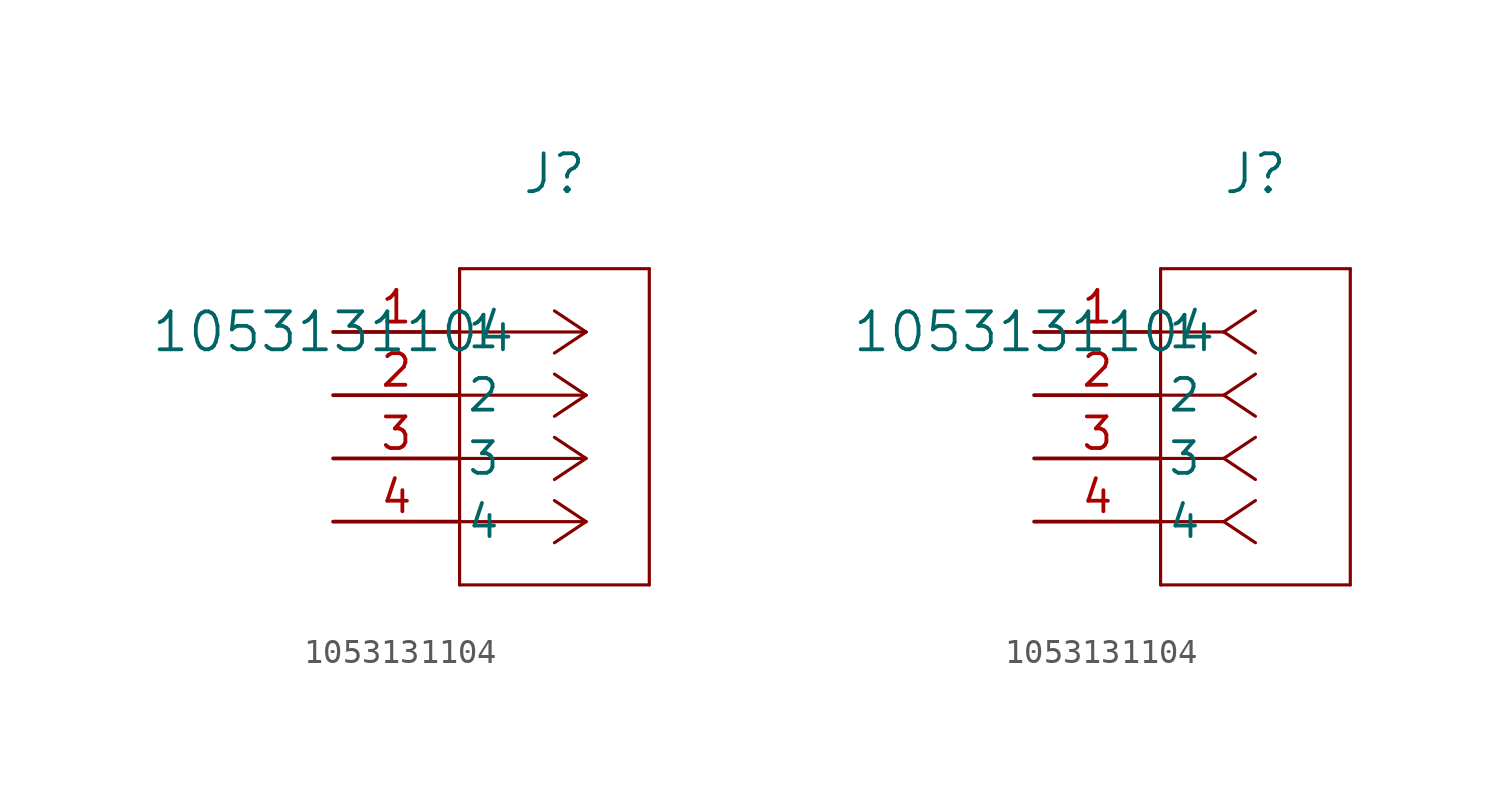
<source format=kicad_sym>
(kicad_symbol_lib
  (version 20211014)
  (generator kicad_symbol_editor)
  (symbol "1053131104"
    (pin_names
      (offset 0.254))
    (property "Reference" "J"
      (at 8.89 6.35 0)
      (effects (font (size 1.524 1.524))))
    (property "Value" "1053131104"
      (at 0 0 0)
      (effects (font (size 1.524 1.524))))
    (symbol "1053131104_1_1"
      (polyline (pts (xy 10.16 0) (xy 5.08 0)) (stroke (width 0.127) (type default) (color 0 0 0 0)) (fill (type none)))
      (polyline (pts (xy 10.16 -2.54) (xy 5.08 -2.54)) (stroke (width 0.127) (type default) (color 0 0 0 0)) (fill (type none)))
      (polyline (pts (xy 10.16 -5.08) (xy 5.08 -5.08)) (stroke (width 0.127) (type default) (color 0 0 0 0)) (fill (type none)))
      (polyline (pts (xy 10.16 -7.62) (xy 5.08 -7.62)) (stroke (width 0.127) (type default) (color 0 0 0 0)) (fill (type none)))
      (polyline (pts (xy 10.16 0) (xy 8.89 0.847)) (stroke (width 0.127) (type default) (color 0 0 0 0)) (fill (type none)))
      (polyline (pts (xy 10.16 -2.54) (xy 8.89 -1.693)) (stroke (width 0.127) (type default) (color 0 0 0 0)) (fill (type none)))
      (polyline (pts (xy 10.16 -5.08) (xy 8.89 -4.233)) (stroke (width 0.127) (type default) (color 0 0 0 0)) (fill (type none)))
      (polyline (pts (xy 10.16 -7.62) (xy 8.89 -6.773)) (stroke (width 0.127) (type default) (color 0 0 0 0)) (fill (type none)))
      (polyline (pts (xy 10.16 0) (xy 8.89 -0.847)) (stroke (width 0.127) (type default) (color 0 0 0 0)) (fill (type none)))
      (polyline (pts (xy 10.16 -2.54) (xy 8.89 -3.387)) (stroke (width 0.127) (type default) (color 0 0 0 0)) (fill (type none)))
      (polyline (pts (xy 10.16 -5.08) (xy 8.89 -5.927)) (stroke (width 0.127) (type default) (color 0 0 0 0)) (fill (type none)))
      (polyline (pts (xy 10.16 -7.62) (xy 8.89 -8.467)) (stroke (width 0.127) (type default) (color 0 0 0 0)) (fill (type none)))
      (polyline (pts (xy 5.08 2.54) (xy 5.08 -10.16)) (stroke (width 0.127) (type default) (color 0 0 0 0)) (fill (type none)))
      (polyline (pts (xy 5.08 -10.16) (xy 12.7 -10.16)) (stroke (width 0.127) (type default) (color 0 0 0 0)) (fill (type none)))
      (polyline (pts (xy 12.7 -10.16) (xy 12.7 2.54)) (stroke (width 0.127) (type default) (color 0 0 0 0)) (fill (type none)))
      (polyline (pts (xy 12.7 2.54) (xy 5.08 2.54)) (stroke (width 0.127) (type default) (color 0 0 0 0)) (fill (type none)))
      (pin unspecified line (at 0 0 0) (length 5.08) (name "1" (effects (font (size 1.27 1.27)))) (number "1" (effects (font (size 1.27 1.27)))))
      (pin unspecified line (at 0 -2.54 0) (length 5.08) (name "2" (effects (font (size 1.27 1.27)))) (number "2" (effects (font (size 1.27 1.27)))))
      (pin unspecified line (at 0 -5.08 0) (length 5.08) (name "3" (effects (font (size 1.27 1.27)))) (number "3" (effects (font (size 1.27 1.27)))))
      (pin unspecified line (at 0 -7.62 0) (length 5.08) (name "4" (effects (font (size 1.27 1.27)))) (number "4" (effects (font (size 1.27 1.27))))))
    (symbol "1053131104_1_2"
      (polyline (pts (xy 7.62 0) (xy 5.08 0)) (stroke (width 0.127) (type default) (color 0 0 0 0)) (fill (type none)))
      (polyline (pts (xy 7.62 -2.54) (xy 5.08 -2.54)) (stroke (width 0.127) (type default) (color 0 0 0 0)) (fill (type none)))
      (polyline (pts (xy 7.62 -5.08) (xy 5.08 -5.08)) (stroke (width 0.127) (type default) (color 0 0 0 0)) (fill (type none)))
      (polyline (pts (xy 7.62 -7.62) (xy 5.08 -7.62)) (stroke (width 0.127) (type default) (color 0 0 0 0)) (fill (type none)))
      (polyline (pts (xy 7.62 0) (xy 8.89 0.847)) (stroke (width 0.127) (type default) (color 0 0 0 0)) (fill (type none)))
      (polyline (pts (xy 7.62 -2.54) (xy 8.89 -1.693)) (stroke (width 0.127) (type default) (color 0 0 0 0)) (fill (type none)))
      (polyline (pts (xy 7.62 -5.08) (xy 8.89 -4.233)) (stroke (width 0.127) (type default) (color 0 0 0 0)) (fill (type none)))
      (polyline (pts (xy 7.62 -7.62) (xy 8.89 -6.773)) (stroke (width 0.127) (type default) (color 0 0 0 0)) (fill (type none)))
      (polyline (pts (xy 7.62 0) (xy 8.89 -0.847)) (stroke (width 0.127) (type default) (color 0 0 0 0)) (fill (type none)))
      (polyline (pts (xy 7.62 -2.54) (xy 8.89 -3.387)) (stroke (width 0.127) (type default) (color 0 0 0 0)) (fill (type none)))
      (polyline (pts (xy 7.62 -5.08) (xy 8.89 -5.927)) (stroke (width 0.127) (type default) (color 0 0 0 0)) (fill (type none)))
      (polyline (pts (xy 7.62 -7.62) (xy 8.89 -8.467)) (stroke (width 0.127) (type default) (color 0 0 0 0)) (fill (type none)))
      (polyline (pts (xy 5.08 2.54) (xy 5.08 -10.16)) (stroke (width 0.127) (type default) (color 0 0 0 0)) (fill (type none)))
      (polyline (pts (xy 5.08 -10.16) (xy 12.7 -10.16)) (stroke (width 0.127) (type default) (color 0 0 0 0)) (fill (type none)))
      (polyline (pts (xy 12.7 -10.16) (xy 12.7 2.54)) (stroke (width 0.127) (type default) (color 0 0 0 0)) (fill (type none)))
      (polyline (pts (xy 12.7 2.54) (xy 5.08 2.54)) (stroke (width 0.127) (type default) (color 0 0 0 0)) (fill (type none)))
      (pin unspecified line (at 0 0 0) (length 5.08) (name "1" (effects (font (size 1.27 1.27)))) (number "1" (effects (font (size 1.27 1.27)))))
      (pin unspecified line (at 0 -2.54 0) (length 5.08) (name "2" (effects (font (size 1.27 1.27)))) (number "2" (effects (font (size 1.27 1.27)))))
      (pin unspecified line (at 0 -5.08 0) (length 5.08) (name "3" (effects (font (size 1.27 1.27)))) (number "3" (effects (font (size 1.27 1.27)))))
      (pin unspecified line (at 0 -7.62 0) (length 5.08) (name "4" (effects (font (size 1.27 1.27)))) (number "4" (effects (font (size 1.27 1.27))))))))
</source>
